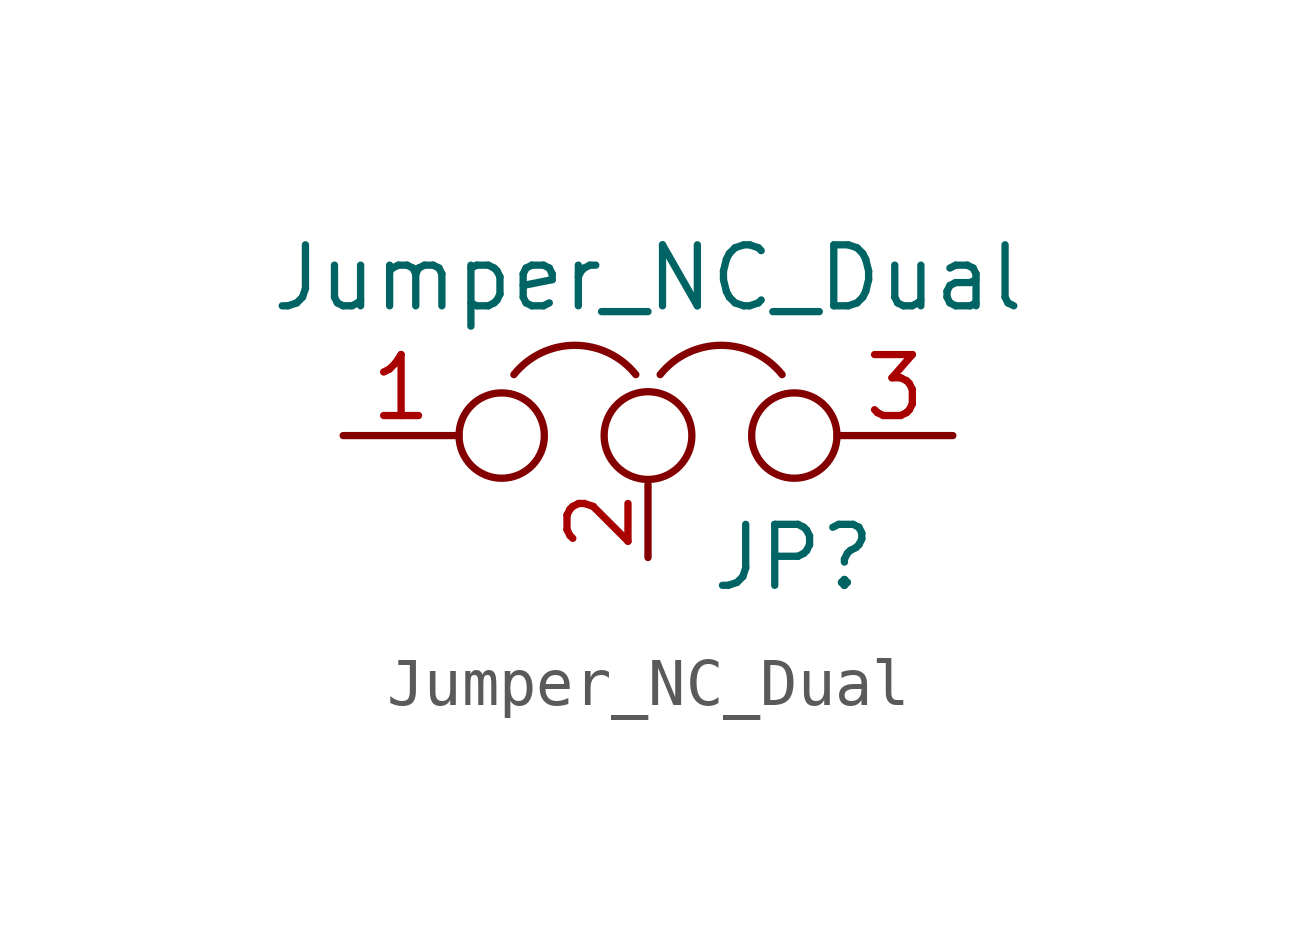
<source format=kicad_sym>
(kicad_symbol_lib
  (version 20211014)
  (generator kicad_symbol_editor)
  (symbol "Jumper_NC_Dual"
    (pin_names
      (offset 0.762) hide)
    (property "Reference" "JP"
      (at 1.27 -2.54 0)
      (effects (font (size 1.27 1.27)) (justify left)))
    (property "Value" "Jumper_NC_Dual"
      (at 0 2.54 0)
      (effects (font (size 1.27 1.27)) (justify bottom)))
    (symbol "Jumper_NC_Dual_0_1"
      (circle (center -3.048 0) (radius 0.889) (stroke (width 0) (type default) (color 0 0 0 0)) (fill (type none)))
      (arc (start -0.254 1.27) (mid -1.524 1.8804) (end -2.794 1.27) (stroke (width 0) (type default) (color 0 0 0 0)) (fill (type none)))
      (circle (center 0 0) (radius 0.914) (stroke (width 0) (type default) (color 0 0 0 0)) (fill (type none)))
      (arc (start 2.794 1.27) (mid 1.524 1.8804) (end 0.254 1.27) (stroke (width 0) (type default) (color 0 0 0 0)) (fill (type none)))
      (circle (center 3.048 0) (radius 0.889) (stroke (width 0) (type default) (color 0 0 0 0)) (fill (type none)))
      (pin passive line (at -6.35 0 0) (length 2.413) (name "1" (effects (font (size 1.27 1.27)))) (number "1" (effects (font (size 1.27 1.27)))))
      (pin passive line (at 0 -2.54 90) (length 1.524) (name "2" (effects (font (size 1.27 1.27)))) (number "2" (effects (font (size 1.27 1.27)))))
      (pin passive line (at 6.35 0 180) (length 2.413) (name "3" (effects (font (size 1.27 1.27)))) (number "3" (effects (font (size 1.27 1.27))))))))
</source>
